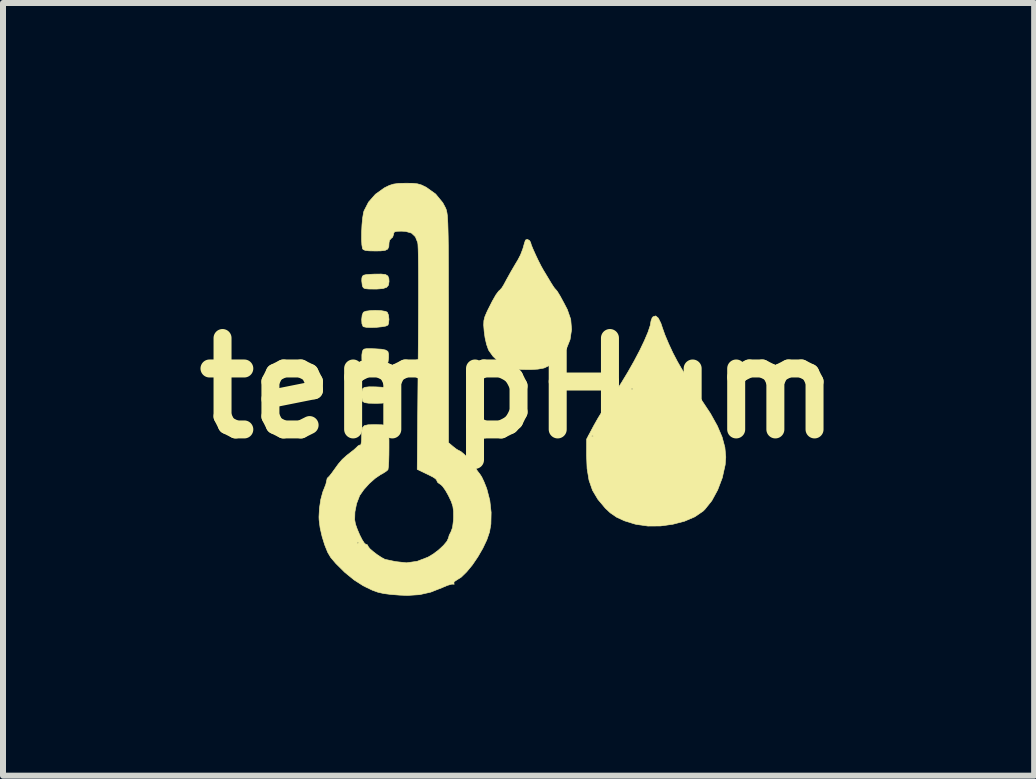
<source format=kicad_pcb>
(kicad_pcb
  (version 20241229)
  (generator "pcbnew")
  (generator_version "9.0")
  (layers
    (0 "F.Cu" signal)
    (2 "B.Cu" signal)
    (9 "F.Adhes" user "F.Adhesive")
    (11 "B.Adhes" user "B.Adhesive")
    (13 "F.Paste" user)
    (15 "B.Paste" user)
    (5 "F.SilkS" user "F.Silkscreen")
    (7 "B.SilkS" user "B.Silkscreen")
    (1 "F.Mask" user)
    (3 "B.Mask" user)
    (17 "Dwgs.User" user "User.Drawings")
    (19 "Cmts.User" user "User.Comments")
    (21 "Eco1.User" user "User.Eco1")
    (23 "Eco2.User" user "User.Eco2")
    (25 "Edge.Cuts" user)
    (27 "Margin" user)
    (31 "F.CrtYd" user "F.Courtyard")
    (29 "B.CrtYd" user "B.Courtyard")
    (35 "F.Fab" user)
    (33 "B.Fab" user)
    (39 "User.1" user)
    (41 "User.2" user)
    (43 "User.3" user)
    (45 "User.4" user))
  (footprint "tempHum"
    (layer "F.Cu")
    (at 5.595 3.42)
    (property "Reference" "tempHum" (at 0 0 0) (layer "F.SilkS") (effects (font (size 1.524 1.524) (thickness 0.3))))
    (attr through_hole)
    (fp_poly (pts (xy -2.292 -1.291) (xy -2.22 -1.279) (xy -2.189 -1.265) (xy -2.168 -1.216) (xy -2.16 -1.144) (xy -2.168 -1.076) (xy -2.178 -1.05) (xy -2.212 -1.034) (xy -2.281 -1.022) (xy -2.368 -1.013) (xy -2.459 -1.01) (xy -2.537 -1.013) (xy -2.586 -1.023) (xy -2.592 -1.027) (xy -2.611 -1.073) (xy -2.615 -1.144) (xy -2.607 -1.216) (xy -2.587 -1.264) (xy -2.586 -1.265) (xy -2.544 -1.282) (xy -2.466 -1.292) (xy -2.388 -1.295) (xy -2.292 -1.291)) (stroke (width 0.01) (type solid)) (fill yes) (layer "F.SilkS"))
    (fp_poly (pts (xy -2.218 -1.893) (xy -2.179 -1.869) (xy -2.162 -1.826) (xy -2.159 -1.777) (xy -2.168 -1.717) (xy -2.199 -1.68) (xy -2.261 -1.659) (xy -2.363 -1.651) (xy -2.405 -1.651) (xy -2.501 -1.652) (xy -2.558 -1.658) (xy -2.587 -1.672) (xy -2.601 -1.698) (xy -2.605 -1.712) (xy -2.614 -1.787) (xy -2.612 -1.833) (xy -2.604 -1.863) (xy -2.585 -1.881) (xy -2.542 -1.891) (xy -2.465 -1.897) (xy -2.403 -1.9) (xy -2.29 -1.901) (xy -2.218 -1.893)) (stroke (width 0.01) (type solid)) (fill yes) (layer "F.SilkS"))
    (fp_poly (pts (xy -2.386 -0.02) (xy -2.289 -0.015) (xy -2.231 -0.007) (xy -2.199 0.01) (xy -2.181 0.038) (xy -2.174 0.056) (xy -2.166 0.147) (xy -2.179 0.189) (xy -2.198 0.223) (xy -2.225 0.242) (xy -2.272 0.251) (xy -2.353 0.254) (xy -2.397 0.254) (xy -2.5 0.252) (xy -2.561 0.243) (xy -2.593 0.227) (xy -2.601 0.214) (xy -2.614 0.144) (xy -2.612 0.065) (xy -2.595 0.006) (xy -2.595 0.005) (xy -2.562 -0.013) (xy -2.492 -0.021) (xy -2.386 -0.02)) (stroke (width 0.01) (type solid)) (fill yes) (layer "F.SilkS"))
    (fp_poly (pts (xy -2.396 -0.655) (xy -2.285 -0.648) (xy -2.217 -0.634) (xy -2.181 -0.613) (xy -2.177 -0.607) (xy -2.167 -0.565) (xy -2.167 -0.504) (xy -2.175 -0.441) (xy -2.19 -0.396) (xy -2.205 -0.386) (xy -2.237 -0.39) (xy -2.306 -0.396) (xy -2.398 -0.403) (xy -2.413 -0.405) (xy -2.511 -0.413) (xy -2.568 -0.424) (xy -2.598 -0.44) (xy -2.61 -0.466) (xy -2.612 -0.479) (xy -2.612 -0.553) (xy -2.605 -0.601) (xy -2.594 -0.632) (xy -2.574 -0.65) (xy -2.534 -0.657) (xy -2.46 -0.657) (xy -2.396 -0.655)) (stroke (width 0.01) (type solid)) (fill yes) (layer "F.SilkS"))
    (fp_poly (pts (xy 0.182 -2.461) (xy 0.203 -2.426) (xy 0.203 -2.421) (xy 0.214 -2.383) (xy 0.243 -2.313) (xy 0.283 -2.224) (xy 0.329 -2.127) (xy 0.375 -2.036) (xy 0.413 -1.968) (xy 0.488 -1.844) (xy 0.54 -1.757) (xy 0.576 -1.7) (xy 0.599 -1.667) (xy 0.613 -1.651) (xy 0.616 -1.649) (xy 0.647 -1.611) (xy 0.696 -1.53) (xy 0.762 -1.408) (xy 0.813 -1.31) (xy 0.87 -1.146) (xy 0.884 -0.976) (xy 0.859 -0.809) (xy 0.797 -0.653) (xy 0.703 -0.517) (xy 0.579 -0.408) (xy 0.429 -0.336) (xy 0.409 -0.331) (xy 0.323 -0.316) (xy 0.206 -0.309) (xy 0.076 -0.31) (xy -0.048 -0.317) (xy -0.13 -0.329) (xy -0.227 -0.367) (xy -0.33 -0.438) (xy -0.425 -0.529) (xy -0.495 -0.627) (xy -0.504 -0.646) (xy -0.533 -0.728) (xy -0.558 -0.837) (xy -0.573 -0.947) (xy -0.581 -1.05) (xy -0.578 -1.123) (xy -0.562 -1.188) (xy -0.529 -1.266) (xy -0.513 -1.3) (xy -0.437 -1.45) (xy -0.377 -1.555) (xy -0.331 -1.617) (xy -0.313 -1.632) (xy -0.28 -1.668) (xy -0.247 -1.721) (xy -0.192 -1.823) (xy -0.124 -1.945) (xy -0.055 -2.063) (xy -0.011 -2.136) (xy 0.034 -2.223) (xy 0.071 -2.32) (xy 0.077 -2.34) (xy 0.097 -2.411) (xy 0.113 -2.46) (xy 0.118 -2.469) (xy 0.146 -2.479) (xy 0.182 -2.461)) (stroke (width 0.01) (type solid)) (fill yes) (layer "F.SilkS"))
    (fp_poly (pts (xy 2.33 -1.167) (xy 2.373 -1.081) (xy 2.399 -1.003) (xy 2.441 -0.885) (xy 2.502 -0.74) (xy 2.573 -0.587) (xy 2.648 -0.444) (xy 2.706 -0.343) (xy 2.758 -0.257) (xy 2.808 -0.171) (xy 2.819 -0.152) (xy 2.853 -0.096) (xy 2.909 -0.011) (xy 2.978 0.092) (xy 3.045 0.191) (xy 3.199 0.423) (xy 3.314 0.63) (xy 3.394 0.817) (xy 3.44 0.988) (xy 3.455 1.15) (xy 3.445 1.28) (xy 3.397 1.495) (xy 3.32 1.698) (xy 3.222 1.878) (xy 3.106 2.023) (xy 3.075 2.053) (xy 2.939 2.146) (xy 2.766 2.22) (xy 2.57 2.271) (xy 2.363 2.299) (xy 2.156 2.3) (xy 1.961 2.272) (xy 1.93 2.264) (xy 1.766 2.213) (xy 1.637 2.154) (xy 1.529 2.08) (xy 1.446 2.002) (xy 1.323 1.855) (xy 1.233 1.704) (xy 1.175 1.536) (xy 1.143 1.343) (xy 1.134 1.118) (xy 1.135 0.851) (xy 1.162 0.8) (xy 1.219 0.8) (xy 1.232 0.813) (xy 1.245 0.8) (xy 1.232 0.787) (xy 1.219 0.8) (xy 1.162 0.8) (xy 1.255 0.625) (xy 1.323 0.505) (xy 1.4 0.379) (xy 1.472 0.27) (xy 1.494 0.24) (xy 1.605 0.083) (xy 1.65 0.013) (xy 1.88 0.013) (xy 1.892 0.025) (xy 1.905 0.013) (xy 1.892 0) (xy 1.88 0.013) (xy 1.65 0.013) (xy 1.716 -0.09) (xy 1.825 -0.27) (xy 1.928 -0.452) (xy 2.02 -0.627) (xy 2.098 -0.79) (xy 2.158 -0.931) (xy 2.196 -1.045) (xy 2.209 -1.121) (xy 2.228 -1.173) (xy 2.244 -1.19) (xy 2.287 -1.203) (xy 2.33 -1.167)) (stroke (width 0.01) (type solid)) (fill yes) (layer "F.SilkS"))
    (fp_poly (pts (xy -1.765 -3.414) (xy -1.684 -3.405) (xy -1.618 -3.386) (xy -1.55 -3.353) (xy -1.541 -3.349) (xy -1.382 -3.235) (xy -1.263 -3.09) (xy -1.216 -3.001) (xy -1.207 -2.979) (xy -1.2 -2.953) (xy -1.193 -2.92) (xy -1.187 -2.876) (xy -1.183 -2.819) (xy -1.179 -2.743) (xy -1.176 -2.646) (xy -1.173 -2.524) (xy -1.171 -2.374) (xy -1.17 -2.192) (xy -1.169 -1.974) (xy -1.169 -1.716) (xy -1.168 -1.416) (xy -1.168 -1.069) (xy -1.168 -0.991) (xy -1.168 0.91) (xy -1.09 0.976) (xy -1.037 1.017) (xy -0.999 1.04) (xy -0.994 1.041) (xy -0.96 1.059) (xy -0.905 1.105) (xy -0.843 1.167) (xy -0.783 1.234) (xy -0.739 1.293) (xy -0.728 1.312) (xy -0.686 1.381) (xy -0.643 1.436) (xy -0.643 1.437) (xy -0.614 1.481) (xy -0.577 1.559) (xy -0.538 1.656) (xy -0.528 1.684) (xy -0.479 1.873) (xy -0.457 2.073) (xy -0.461 2.267) (xy -0.484 2.4) (xy -0.529 2.531) (xy -0.596 2.672) (xy -0.679 2.815) (xy -0.77 2.949) (xy -0.865 3.064) (xy -0.955 3.152) (xy -1.034 3.202) (xy -1.035 3.203) (xy -1.076 3.23) (xy -1.077 3.255) (xy -1.074 3.273) (xy -1.086 3.268) (xy -1.12 3.27) (xy -1.187 3.29) (xy -1.27 3.325) (xy -1.274 3.327) (xy -1.464 3.402) (xy -1.649 3.444) (xy -1.85 3.457) (xy -1.981 3.452) (xy -2.133 3.44) (xy -2.249 3.425) (xy -2.346 3.403) (xy -2.437 3.37) (xy -2.539 3.321) (xy -2.591 3.295) (xy -2.741 3.199) (xy -2.898 3.071) (xy -3.046 2.924) (xy -3.131 2.824) (xy -3.182 2.738) (xy -3.231 2.616) (xy -3.243 2.578) (xy -2.692 2.578) (xy -2.68 2.591) (xy -2.667 2.578) (xy -2.68 2.565) (xy -2.692 2.578) (xy -3.243 2.578) (xy -3.275 2.475) (xy -3.308 2.331) (xy -3.325 2.198) (xy -3.327 2.149) (xy -3.319 2.003) (xy -3.297 1.857) (xy -3.263 1.731) (xy -3.238 1.669) (xy -3.212 1.602) (xy -3.2 1.548) (xy -3.2 1.548) (xy -3.19 1.505) (xy -3.18 1.494) (xy -3.155 1.47) (xy -3.113 1.417) (xy -3.081 1.372) (xy -3.005 1.267) (xy -2.939 1.19) (xy -2.866 1.124) (xy -2.807 1.078) (xy -2.743 1.028) (xy -2.696 0.985) (xy -2.684 0.971) (xy -2.653 0.95) (xy -2.64 0.953) (xy -2.627 0.939) (xy -2.618 0.885) (xy -2.616 0.829) (xy -2.614 0.725) (xy -2.602 0.661) (xy -2.57 0.626) (xy -2.508 0.612) (xy -2.407 0.61) (xy -2.388 0.61) (xy -2.283 0.612) (xy -2.218 0.62) (xy -2.185 0.635) (xy -2.174 0.65) (xy -2.168 0.693) (xy -2.163 0.773) (xy -2.16 0.877) (xy -2.16 0.995) (xy -2.161 1.113) (xy -2.164 1.221) (xy -2.169 1.305) (xy -2.176 1.355) (xy -2.178 1.362) (xy -2.211 1.39) (xy -2.271 1.428) (xy -2.299 1.442) (xy -2.39 1.504) (xy -2.489 1.592) (xy -2.579 1.692) (xy -2.645 1.786) (xy -2.65 1.795) (xy -2.7 1.925) (xy -2.728 2.065) (xy -2.732 2.195) (xy -2.719 2.267) (xy -2.687 2.357) (xy -2.648 2.448) (xy -2.608 2.527) (xy -2.572 2.583) (xy -2.546 2.606) (xy -2.542 2.605) (xy -2.519 2.614) (xy -2.507 2.641) (xy -2.482 2.675) (xy -2.427 2.723) (xy -2.357 2.777) (xy -2.287 2.823) (xy -2.231 2.854) (xy -2.212 2.859) (xy -2.181 2.865) (xy -2.116 2.879) (xy -2.049 2.893) (xy -1.867 2.913) (xy -1.69 2.888) (xy -1.508 2.818) (xy -1.418 2.764) (xy -1.329 2.696) (xy -1.251 2.623) (xy -1.194 2.555) (xy -1.169 2.502) (xy -1.168 2.497) (xy -1.155 2.451) (xy -1.128 2.4) (xy -1.1 2.324) (xy -1.085 2.202) (xy -1.083 2.153) (xy -1.084 2.05) (xy -1.095 1.971) (xy -1.12 1.894) (xy -1.167 1.796) (xy -1.168 1.793) (xy -1.216 1.708) (xy -1.262 1.642) (xy -1.297 1.608) (xy -1.301 1.606) (xy -1.346 1.575) (xy -1.358 1.553) (xy -1.368 1.529) (xy -1.389 1.508) (xy -1.429 1.482) (xy -1.498 1.447) (xy -1.579 1.408) (xy -1.689 1.355) (xy -1.673 -0.485) (xy -1.67 -0.867) (xy -1.668 -1.212) (xy -1.667 -1.517) (xy -1.667 -1.782) (xy -1.668 -2.003) (xy -1.67 -2.181) (xy -1.673 -2.312) (xy -1.677 -2.396) (xy -1.681 -2.426) (xy -1.72 -2.523) (xy -1.784 -2.584) (xy -1.882 -2.612) (xy -1.949 -2.616) (xy -2.028 -2.614) (xy -2.068 -2.604) (xy -2.082 -2.581) (xy -2.083 -2.565) (xy -2.099 -2.516) (xy -2.121 -2.498) (xy -2.151 -2.464) (xy -2.159 -2.425) (xy -2.163 -2.359) (xy -2.181 -2.318) (xy -2.224 -2.296) (xy -2.3 -2.287) (xy -2.388 -2.286) (xy -2.493 -2.288) (xy -2.557 -2.296) (xy -2.591 -2.311) (xy -2.601 -2.326) (xy -2.612 -2.388) (xy -2.617 -2.484) (xy -2.616 -2.602) (xy -2.61 -2.724) (xy -2.599 -2.837) (xy -2.584 -2.926) (xy -2.577 -2.952) (xy -2.501 -3.1) (xy -2.385 -3.232) (xy -2.238 -3.337) (xy -2.229 -3.342) (xy -2.153 -3.379) (xy -2.083 -3.401) (xy -2.001 -3.412) (xy -1.888 -3.415) (xy -1.88 -3.415) (xy -1.765 -3.414)) (stroke (width 0.01) (type solid)) (fill yes) (layer "F.SilkS")))
  (gr_rect
    (start -3 -3)
    (end 14.191 9.882)
    (stroke (width 0.1) (type default))
    (fill no)
    (layer "Edge.Cuts")))
</source>
